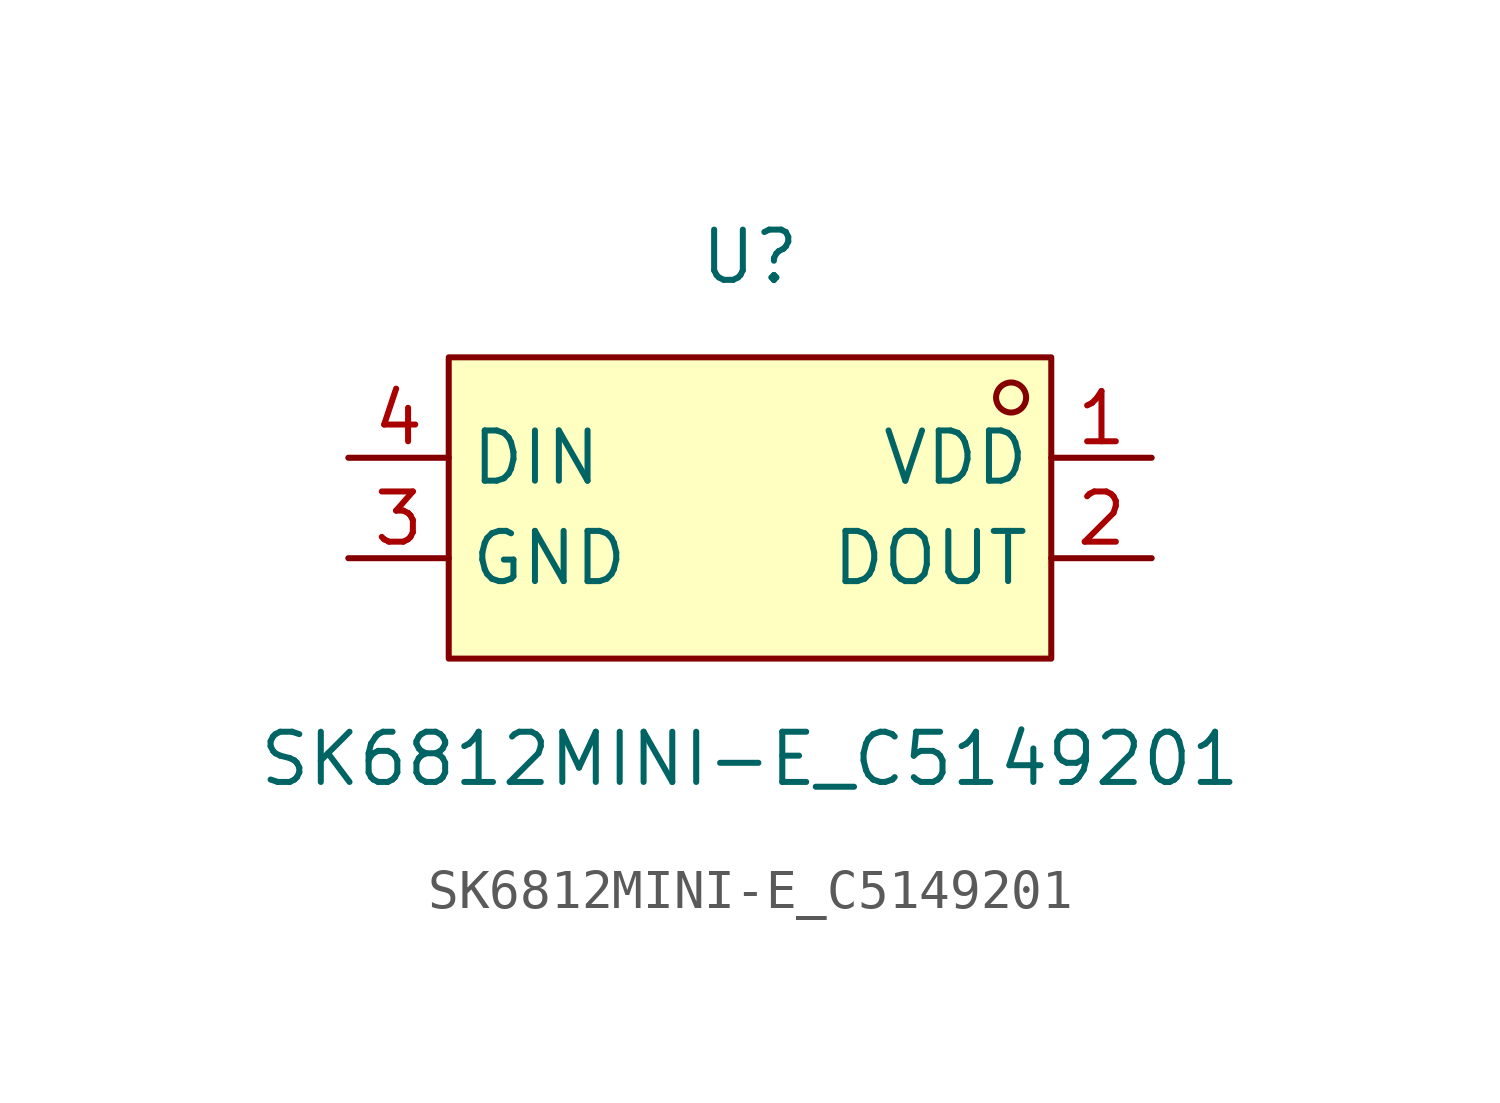
<source format=kicad_sym>
(kicad_symbol_lib
  (version 20231120)
  (generator "kicad_symbol_editor")
  (generator_version "8.0")
  (symbol "SK6812MINI-E_C5149201"
    (property "Reference" "U"
      (at 0 7.62 0)
      (effects (font (size 1.27 1.27))))
    (property "Value" "SK6812MINI-E_C5149201"
      (at 0 -5.08 0)
      (effects (font (size 1.27 1.27))))
    (symbol "SK6812MINI-E_C5149201_0_1"
      (rectangle (start -7.62 5.08) (end 7.62 -2.54) (stroke (width 0) (type default)) (fill (type background)))
      (circle (center 6.604 4.064) (radius 0.38) (stroke (width 0) (type default)) (fill (type none)))
      (pin passive line (at 10.16 2.54 180) (length 2.54) (name "VDD" (effects (font (size 1.27 1.27)))) (number "1" (effects (font (size 1.27 1.27)))))
      (pin passive line (at 10.16 0 180) (length 2.54) (name "DOUT" (effects (font (size 1.27 1.27)))) (number "2" (effects (font (size 1.27 1.27)))))
      (pin passive line (at -10.16 0 0) (length 2.54) (name "GND" (effects (font (size 1.27 1.27)))) (number "3" (effects (font (size 1.27 1.27)))))
      (pin passive line (at -10.16 2.54 0) (length 2.54) (name "DIN" (effects (font (size 1.27 1.27)))) (number "4" (effects (font (size 1.27 1.27))))))))
</source>
